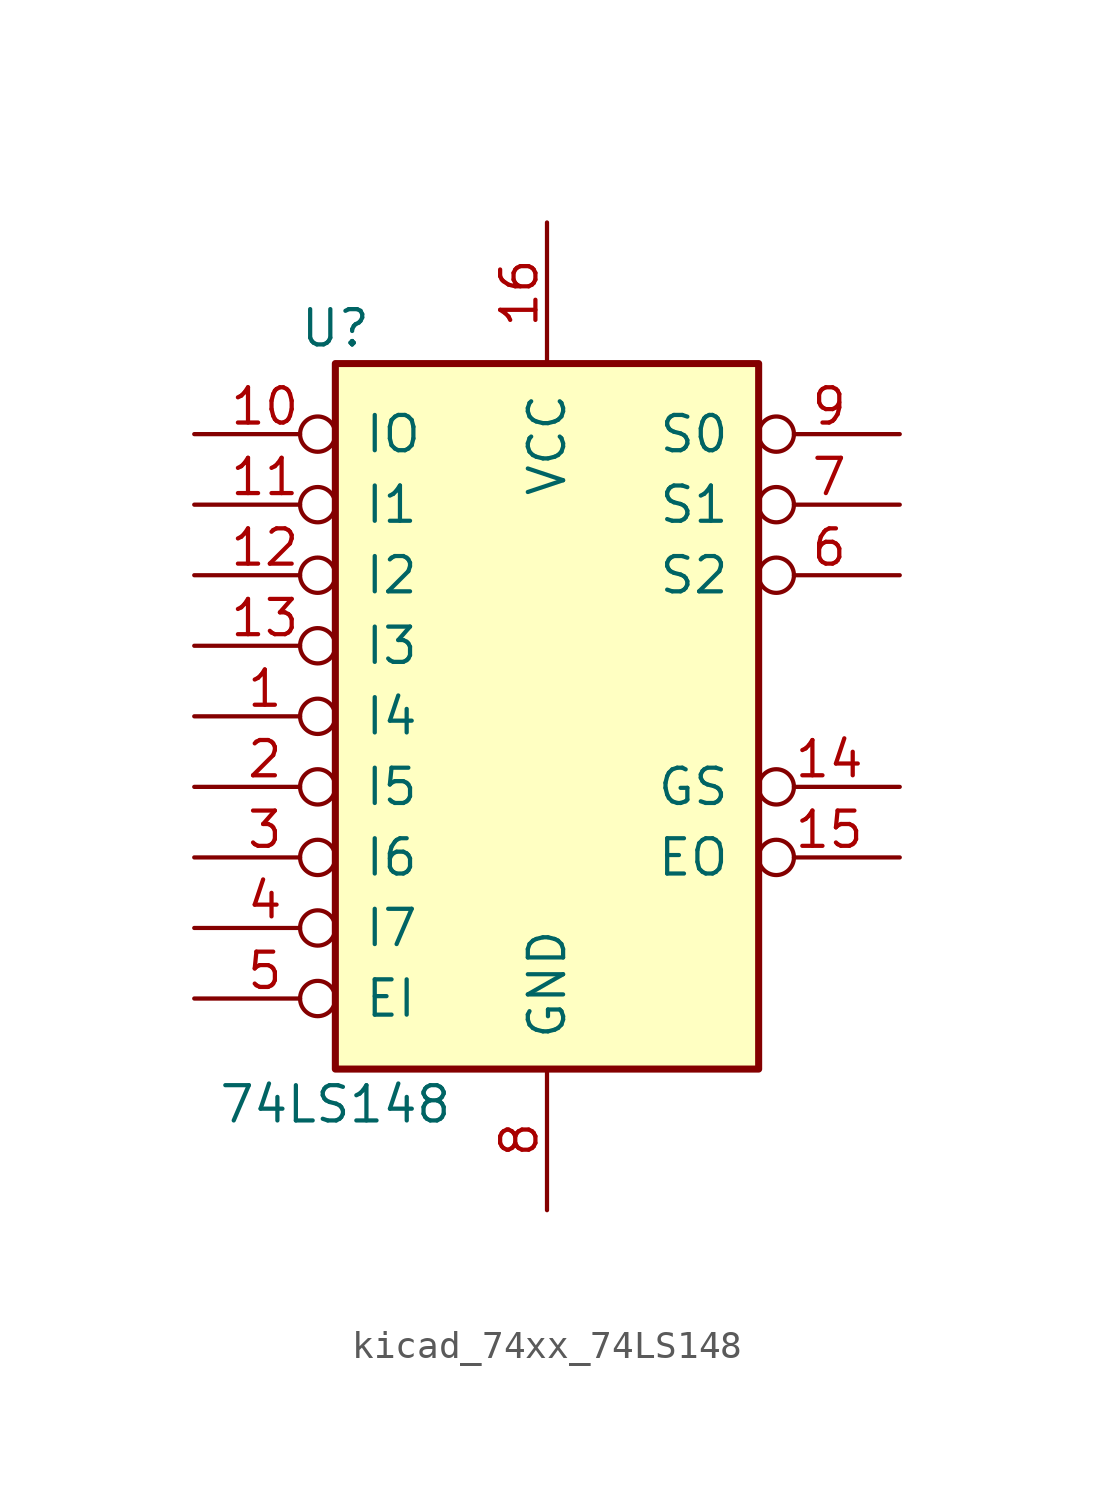
<source format=kicad_sym>
(kicad_symbol_lib
  (version 20220914)
  (generator kicad_symbol_editor)
  (symbol "kicad_74xx_74LS148"
    (pin_names
      (offset 1.016))
    (property "Reference" "U"
      (at -7.62 13.97 0)
      (effects (font (size 1.27 1.27))))
    (property "Value" "74LS148"
      (at -7.62 -13.97 0)
      (effects (font (size 1.27 1.27))))
    (property "ki_locked" ""
      (at 0 0 0)
      (effects (font (size 1.27 1.27))))
    (symbol "kicad_74xx_74LS148_1_0"
      (pin input inverted (at -12.7 0 0) (length 5.08) (name "I4" (effects (font (size 1.27 1.27)))) (number "1" (effects (font (size 1.27 1.27)))))
      (pin input inverted (at -12.7 10.16 0) (length 5.08) (name "IO" (effects (font (size 1.27 1.27)))) (number "10" (effects (font (size 1.27 1.27)))))
      (pin input inverted (at -12.7 7.62 0) (length 5.08) (name "I1" (effects (font (size 1.27 1.27)))) (number "11" (effects (font (size 1.27 1.27)))))
      (pin input inverted (at -12.7 5.08 0) (length 5.08) (name "I2" (effects (font (size 1.27 1.27)))) (number "12" (effects (font (size 1.27 1.27)))))
      (pin input inverted (at -12.7 2.54 0) (length 5.08) (name "I3" (effects (font (size 1.27 1.27)))) (number "13" (effects (font (size 1.27 1.27)))))
      (pin output inverted (at 12.7 -2.54 180) (length 5.08) (name "GS" (effects (font (size 1.27 1.27)))) (number "14" (effects (font (size 1.27 1.27)))))
      (pin output inverted (at 12.7 -5.08 180) (length 5.08) (name "EO" (effects (font (size 1.27 1.27)))) (number "15" (effects (font (size 1.27 1.27)))))
      (pin power_in line (at 0 17.78 270) (length 5.08) (name "VCC" (effects (font (size 1.27 1.27)))) (number "16" (effects (font (size 1.27 1.27)))))
      (pin input inverted (at -12.7 -2.54 0) (length 5.08) (name "I5" (effects (font (size 1.27 1.27)))) (number "2" (effects (font (size 1.27 1.27)))))
      (pin input inverted (at -12.7 -5.08 0) (length 5.08) (name "I6" (effects (font (size 1.27 1.27)))) (number "3" (effects (font (size 1.27 1.27)))))
      (pin input inverted (at -12.7 -7.62 0) (length 5.08) (name "I7" (effects (font (size 1.27 1.27)))) (number "4" (effects (font (size 1.27 1.27)))))
      (pin input inverted (at -12.7 -10.16 0) (length 5.08) (name "EI" (effects (font (size 1.27 1.27)))) (number "5" (effects (font (size 1.27 1.27)))))
      (pin output inverted (at 12.7 5.08 180) (length 5.08) (name "S2" (effects (font (size 1.27 1.27)))) (number "6" (effects (font (size 1.27 1.27)))))
      (pin output inverted (at 12.7 7.62 180) (length 5.08) (name "S1" (effects (font (size 1.27 1.27)))) (number "7" (effects (font (size 1.27 1.27)))))
      (pin power_in line (at 0 -17.78 90) (length 5.08) (name "GND" (effects (font (size 1.27 1.27)))) (number "8" (effects (font (size 1.27 1.27)))))
      (pin output inverted (at 12.7 10.16 180) (length 5.08) (name "S0" (effects (font (size 1.27 1.27)))) (number "9" (effects (font (size 1.27 1.27))))))
    (symbol "kicad_74xx_74LS148_1_1"
      (rectangle (start -7.62 12.7) (end 7.62 -12.7) (stroke (width 0.254) (type default)) (fill (type background))))))
</source>
